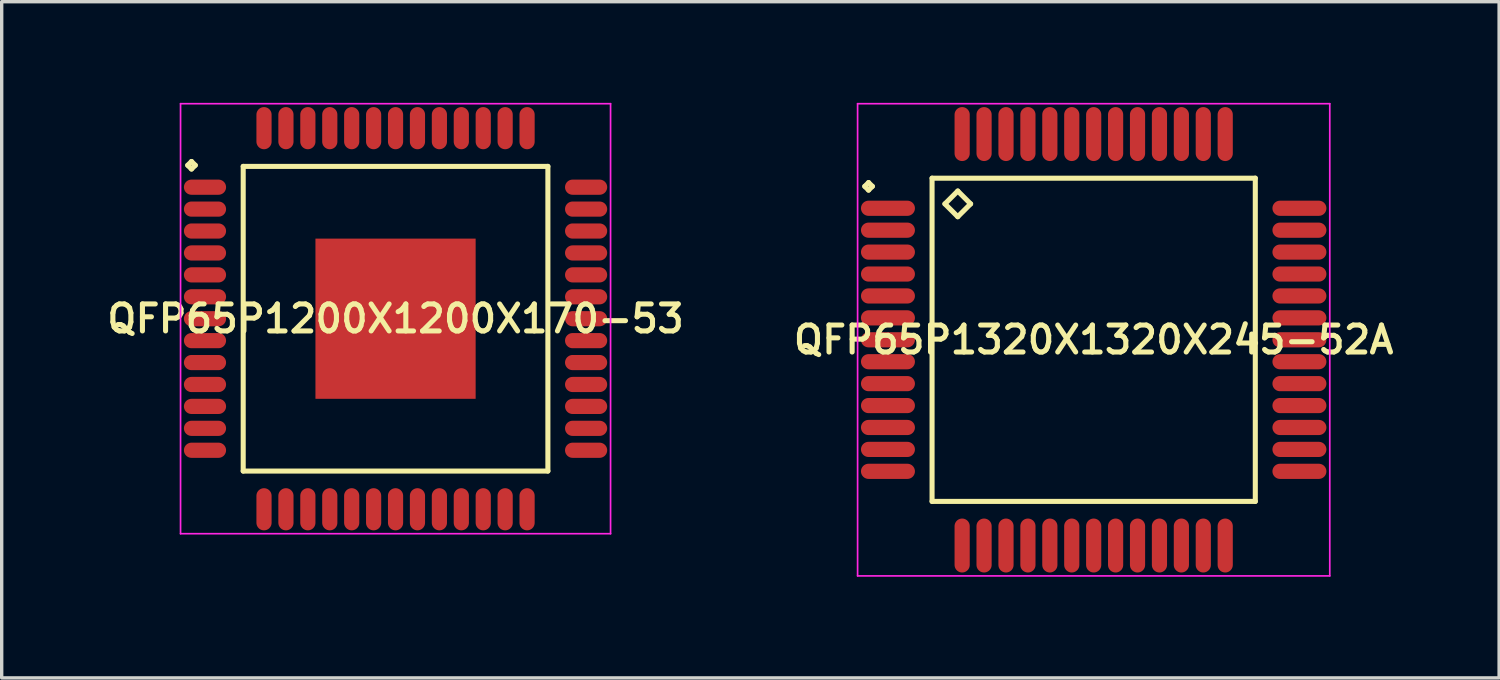
<source format=kicad_pcb>
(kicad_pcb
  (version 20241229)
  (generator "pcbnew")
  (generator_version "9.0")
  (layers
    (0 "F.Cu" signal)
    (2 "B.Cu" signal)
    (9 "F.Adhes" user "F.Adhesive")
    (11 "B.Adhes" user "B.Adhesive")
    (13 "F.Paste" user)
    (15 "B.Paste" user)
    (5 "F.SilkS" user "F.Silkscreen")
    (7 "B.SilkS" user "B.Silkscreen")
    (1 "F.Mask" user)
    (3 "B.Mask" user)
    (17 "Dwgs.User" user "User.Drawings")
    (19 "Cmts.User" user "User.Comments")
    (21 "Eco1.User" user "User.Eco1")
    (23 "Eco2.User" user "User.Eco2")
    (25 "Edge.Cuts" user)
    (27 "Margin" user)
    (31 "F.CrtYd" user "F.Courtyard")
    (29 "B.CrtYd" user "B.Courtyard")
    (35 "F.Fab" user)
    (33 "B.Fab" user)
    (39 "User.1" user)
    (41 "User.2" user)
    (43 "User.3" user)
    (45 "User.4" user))
  (footprint "QFP65P1320X1320X245-52A"
    (layer "F.Cu")
    (at 29.378 7.025)
    (property "Reference" "QFP65P1320X1320X245-52A" (at 0 0 0) (layer "F.SilkS") (effects (font (size 0.8 0.8) (thickness 0.15))))
    (attr smd)
    (fp_line (start -6.787 -4.55) (end -6.675 -4.662) (stroke (width 0.15) (type solid)) (layer "F.SilkS"))
    (fp_line (start -6.675 -4.662) (end -6.562 -4.55) (stroke (width 0.15) (type solid)) (layer "F.SilkS"))
    (fp_line (start -6.675 -4.438) (end -6.787 -4.55) (stroke (width 0.15) (type solid)) (layer "F.SilkS"))
    (fp_line (start -6.562 -4.55) (end -6.675 -4.438) (stroke (width 0.15) (type solid)) (layer "F.SilkS"))
    (fp_line (start -4.792 -4.792) (end -4.792 4.792) (stroke (width 0.15) (type solid)) (layer "F.SilkS"))
    (fp_line (start -4.792 4.792) (end 4.792 4.792) (stroke (width 0.15) (type solid)) (layer "F.SilkS"))
    (fp_line (start -4.411 -4.03) (end -4.03 -4.411) (stroke (width 0.15) (type solid)) (layer "F.SilkS"))
    (fp_line (start -4.03 -4.411) (end -3.649 -4.03) (stroke (width 0.15) (type solid)) (layer "F.SilkS"))
    (fp_line (start -4.03 -3.649) (end -4.411 -4.03) (stroke (width 0.15) (type solid)) (layer "F.SilkS"))
    (fp_line (start -3.649 -4.03) (end -4.03 -3.649) (stroke (width 0.15) (type solid)) (layer "F.SilkS"))
    (fp_line (start 4.792 -4.792) (end -4.792 -4.792) (stroke (width 0.15) (type solid)) (layer "F.SilkS"))
    (fp_line (start 4.792 4.792) (end 4.792 -4.792) (stroke (width 0.15) (type solid)) (layer "F.SilkS"))
    (fp_line (start -7 -7) (end 7 -7) (stroke (width 0.05) (type solid)) (layer "F.CrtYd"))
    (fp_line (start -7 7) (end -7 -7) (stroke (width 0.05) (type solid)) (layer "F.CrtYd"))
    (fp_line (start 7 -7) (end 7 7) (stroke (width 0.05) (type solid)) (layer "F.CrtYd"))
    (fp_line (start 7 7) (end -7 7) (stroke (width 0.05) (type solid)) (layer "F.CrtYd"))
    (pad "1" smd oval (at -6.1 -3.9) (size 1.6 0.45) (layers "F.Cu" "F.Mask" "F.Paste"))
    (pad "2" smd oval (at -6.1 -3.25) (size 1.6 0.45) (layers "F.Cu" "F.Mask" "F.Paste"))
    (pad "3" smd oval (at -6.1 -2.6) (size 1.6 0.45) (layers "F.Cu" "F.Mask" "F.Paste"))
    (pad "4" smd oval (at -6.1 -1.95) (size 1.6 0.45) (layers "F.Cu" "F.Mask" "F.Paste"))
    (pad "5" smd oval (at -6.1 -1.3) (size 1.6 0.45) (layers "F.Cu" "F.Mask" "F.Paste"))
    (pad "6" smd oval (at -6.1 -0.65) (size 1.6 0.45) (layers "F.Cu" "F.Mask" "F.Paste"))
    (pad "7" smd oval (at -6.1 0) (size 1.6 0.45) (layers "F.Cu" "F.Mask" "F.Paste"))
    (pad "8" smd oval (at -6.1 0.65) (size 1.6 0.45) (layers "F.Cu" "F.Mask" "F.Paste"))
    (pad "9" smd oval (at -6.1 1.3) (size 1.6 0.45) (layers "F.Cu" "F.Mask" "F.Paste"))
    (pad "10" smd oval (at -6.1 1.95) (size 1.6 0.45) (layers "F.Cu" "F.Mask" "F.Paste"))
    (pad "11" smd oval (at -6.1 2.6) (size 1.6 0.45) (layers "F.Cu" "F.Mask" "F.Paste"))
    (pad "12" smd oval (at -6.1 3.25) (size 1.6 0.45) (layers "F.Cu" "F.Mask" "F.Paste"))
    (pad "13" smd oval (at -6.1 3.9) (size 1.6 0.45) (layers "F.Cu" "F.Mask" "F.Paste"))
    (pad "14" smd oval (at -3.9 6.1) (size 0.45 1.6) (layers "F.Cu" "F.Mask" "F.Paste"))
    (pad "15" smd oval (at -3.25 6.1) (size 0.45 1.6) (layers "F.Cu" "F.Mask" "F.Paste"))
    (pad "16" smd oval (at -2.6 6.1) (size 0.45 1.6) (layers "F.Cu" "F.Mask" "F.Paste"))
    (pad "17" smd oval (at -1.95 6.1) (size 0.45 1.6) (layers "F.Cu" "F.Mask" "F.Paste"))
    (pad "18" smd oval (at -1.3 6.1) (size 0.45 1.6) (layers "F.Cu" "F.Mask" "F.Paste"))
    (pad "19" smd oval (at -0.65 6.1) (size 0.45 1.6) (layers "F.Cu" "F.Mask" "F.Paste"))
    (pad "20" smd oval (at 0 6.1) (size 0.45 1.6) (layers "F.Cu" "F.Mask" "F.Paste"))
    (pad "21" smd oval (at 0.65 6.1) (size 0.45 1.6) (layers "F.Cu" "F.Mask" "F.Paste"))
    (pad "22" smd oval (at 1.3 6.1) (size 0.45 1.6) (layers "F.Cu" "F.Mask" "F.Paste"))
    (pad "23" smd oval (at 1.95 6.1) (size 0.45 1.6) (layers "F.Cu" "F.Mask" "F.Paste"))
    (pad "24" smd oval (at 2.6 6.1) (size 0.45 1.6) (layers "F.Cu" "F.Mask" "F.Paste"))
    (pad "25" smd oval (at 3.25 6.1) (size 0.45 1.6) (layers "F.Cu" "F.Mask" "F.Paste"))
    (pad "26" smd oval (at 3.9 6.1) (size 0.45 1.6) (layers "F.Cu" "F.Mask" "F.Paste"))
    (pad "27" smd oval (at 6.1 3.9) (size 1.6 0.45) (layers "F.Cu" "F.Mask" "F.Paste"))
    (pad "28" smd oval (at 6.1 3.25) (size 1.6 0.45) (layers "F.Cu" "F.Mask" "F.Paste"))
    (pad "29" smd oval (at 6.1 2.6) (size 1.6 0.45) (layers "F.Cu" "F.Mask" "F.Paste"))
    (pad "30" smd oval (at 6.1 1.95) (size 1.6 0.45) (layers "F.Cu" "F.Mask" "F.Paste"))
    (pad "31" smd oval (at 6.1 1.3) (size 1.6 0.45) (layers "F.Cu" "F.Mask" "F.Paste"))
    (pad "32" smd oval (at 6.1 0.65) (size 1.6 0.45) (layers "F.Cu" "F.Mask" "F.Paste"))
    (pad "33" smd oval (at 6.1 0) (size 1.6 0.45) (layers "F.Cu" "F.Mask" "F.Paste"))
    (pad "34" smd oval (at 6.1 -0.65) (size 1.6 0.45) (layers "F.Cu" "F.Mask" "F.Paste"))
    (pad "35" smd oval (at 6.1 -1.3) (size 1.6 0.45) (layers "F.Cu" "F.Mask" "F.Paste"))
    (pad "36" smd oval (at 6.1 -1.95) (size 1.6 0.45) (layers "F.Cu" "F.Mask" "F.Paste"))
    (pad "37" smd oval (at 6.1 -2.6) (size 1.6 0.45) (layers "F.Cu" "F.Mask" "F.Paste"))
    (pad "38" smd oval (at 6.1 -3.25) (size 1.6 0.45) (layers "F.Cu" "F.Mask" "F.Paste"))
    (pad "39" smd oval (at 6.1 -3.9) (size 1.6 0.45) (layers "F.Cu" "F.Mask" "F.Paste"))
    (pad "40" smd oval (at 3.9 -6.1) (size 0.45 1.6) (layers "F.Cu" "F.Mask" "F.Paste"))
    (pad "41" smd oval (at 3.25 -6.1) (size 0.45 1.6) (layers "F.Cu" "F.Mask" "F.Paste"))
    (pad "42" smd oval (at 2.6 -6.1) (size 0.45 1.6) (layers "F.Cu" "F.Mask" "F.Paste"))
    (pad "43" smd oval (at 1.95 -6.1) (size 0.45 1.6) (layers "F.Cu" "F.Mask" "F.Paste"))
    (pad "44" smd oval (at 1.3 -6.1) (size 0.45 1.6) (layers "F.Cu" "F.Mask" "F.Paste"))
    (pad "45" smd oval (at 0.65 -6.1) (size 0.45 1.6) (layers "F.Cu" "F.Mask" "F.Paste"))
    (pad "46" smd oval (at 0 -6.1) (size 0.45 1.6) (layers "F.Cu" "F.Mask" "F.Paste"))
    (pad "47" smd oval (at -0.65 -6.1) (size 0.45 1.6) (layers "F.Cu" "F.Mask" "F.Paste"))
    (pad "48" smd oval (at -1.3 -6.1) (size 0.45 1.6) (layers "F.Cu" "F.Mask" "F.Paste"))
    (pad "49" smd oval (at -1.95 -6.1) (size 0.45 1.6) (layers "F.Cu" "F.Mask" "F.Paste"))
    (pad "50" smd oval (at -2.6 -6.1) (size 0.45 1.6) (layers "F.Cu" "F.Mask" "F.Paste"))
    (pad "51" smd oval (at -3.25 -6.1) (size 0.45 1.6) (layers "F.Cu" "F.Mask" "F.Paste"))
    (pad "52" smd oval (at -3.9 -6.1) (size 0.45 1.6) (layers "F.Cu" "F.Mask" "F.Paste")))
  (footprint "QFP65P1200X1200X170-53"
    (layer "F.Cu")
    (at 8.678 6.4)
    (property "Reference" "QFP65P1200X1200X170-53" (at 0 0 0) (layer "F.SilkS") (effects (font (size 0.8 0.8) (thickness 0.15))))
    (attr smd)
    (fp_line (start -6.162 -4.55) (end -6.05 -4.662) (stroke (width 0.15) (type solid)) (layer "F.SilkS"))
    (fp_line (start -6.05 -4.662) (end -5.938 -4.55) (stroke (width 0.15) (type solid)) (layer "F.SilkS"))
    (fp_line (start -6.05 -4.438) (end -6.162 -4.55) (stroke (width 0.15) (type solid)) (layer "F.SilkS"))
    (fp_line (start -5.938 -4.55) (end -6.05 -4.438) (stroke (width 0.15) (type solid)) (layer "F.SilkS"))
    (fp_line (start -4.517 -4.517) (end -4.517 4.517) (stroke (width 0.15) (type solid)) (layer "F.SilkS"))
    (fp_line (start -4.517 4.517) (end 4.517 4.517) (stroke (width 0.15) (type solid)) (layer "F.SilkS"))
    (fp_line (start 4.517 -4.517) (end -4.517 -4.517) (stroke (width 0.15) (type solid)) (layer "F.SilkS"))
    (fp_line (start 4.517 4.517) (end 4.517 -4.517) (stroke (width 0.15) (type solid)) (layer "F.SilkS"))
    (fp_line (start -6.375 -6.375) (end 6.375 -6.375) (stroke (width 0.05) (type solid)) (layer "F.CrtYd"))
    (fp_line (start -6.375 6.375) (end -6.375 -6.375) (stroke (width 0.05) (type solid)) (layer "F.CrtYd"))
    (fp_line (start 6.375 -6.375) (end 6.375 6.375) (stroke (width 0.05) (type solid)) (layer "F.CrtYd"))
    (fp_line (start 6.375 6.375) (end -6.375 6.375) (stroke (width 0.05) (type solid)) (layer "F.CrtYd"))
    (pad "1" smd oval (at -5.65 -3.9) (size 1.25 0.45) (layers "F.Cu" "F.Mask" "F.Paste"))
    (pad "2" smd oval (at -5.65 -3.25) (size 1.25 0.45) (layers "F.Cu" "F.Mask" "F.Paste"))
    (pad "3" smd oval (at -5.65 -2.6) (size 1.25 0.45) (layers "F.Cu" "F.Mask" "F.Paste"))
    (pad "4" smd oval (at -5.65 -1.95) (size 1.25 0.45) (layers "F.Cu" "F.Mask" "F.Paste"))
    (pad "5" smd oval (at -5.65 -1.3) (size 1.25 0.45) (layers "F.Cu" "F.Mask" "F.Paste"))
    (pad "6" smd oval (at -5.65 -0.65) (size 1.25 0.45) (layers "F.Cu" "F.Mask" "F.Paste"))
    (pad "7" smd oval (at -5.65 0) (size 1.25 0.45) (layers "F.Cu" "F.Mask" "F.Paste"))
    (pad "8" smd oval (at -5.65 0.65) (size 1.25 0.45) (layers "F.Cu" "F.Mask" "F.Paste"))
    (pad "9" smd oval (at -5.65 1.3) (size 1.25 0.45) (layers "F.Cu" "F.Mask" "F.Paste"))
    (pad "10" smd oval (at -5.65 1.95) (size 1.25 0.45) (layers "F.Cu" "F.Mask" "F.Paste"))
    (pad "11" smd oval (at -5.65 2.6) (size 1.25 0.45) (layers "F.Cu" "F.Mask" "F.Paste"))
    (pad "12" smd oval (at -5.65 3.25) (size 1.25 0.45) (layers "F.Cu" "F.Mask" "F.Paste"))
    (pad "13" smd oval (at -5.65 3.9) (size 1.25 0.45) (layers "F.Cu" "F.Mask" "F.Paste"))
    (pad "14" smd oval (at -3.9 5.65) (size 0.45 1.25) (layers "F.Cu" "F.Mask" "F.Paste"))
    (pad "15" smd oval (at -3.25 5.65) (size 0.45 1.25) (layers "F.Cu" "F.Mask" "F.Paste"))
    (pad "16" smd oval (at -2.6 5.65) (size 0.45 1.25) (layers "F.Cu" "F.Mask" "F.Paste"))
    (pad "17" smd oval (at -1.95 5.65) (size 0.45 1.25) (layers "F.Cu" "F.Mask" "F.Paste"))
    (pad "18" smd oval (at -1.3 5.65) (size 0.45 1.25) (layers "F.Cu" "F.Mask" "F.Paste"))
    (pad "19" smd oval (at -0.65 5.65) (size 0.45 1.25) (layers "F.Cu" "F.Mask" "F.Paste"))
    (pad "20" smd oval (at 0 5.65) (size 0.45 1.25) (layers "F.Cu" "F.Mask" "F.Paste"))
    (pad "21" smd oval (at 0.65 5.65) (size 0.45 1.25) (layers "F.Cu" "F.Mask" "F.Paste"))
    (pad "22" smd oval (at 1.3 5.65) (size 0.45 1.25) (layers "F.Cu" "F.Mask" "F.Paste"))
    (pad "23" smd oval (at 1.95 5.65) (size 0.45 1.25) (layers "F.Cu" "F.Mask" "F.Paste"))
    (pad "24" smd oval (at 2.6 5.65) (size 0.45 1.25) (layers "F.Cu" "F.Mask" "F.Paste"))
    (pad "25" smd oval (at 3.25 5.65) (size 0.45 1.25) (layers "F.Cu" "F.Mask" "F.Paste"))
    (pad "26" smd oval (at 3.9 5.65) (size 0.45 1.25) (layers "F.Cu" "F.Mask" "F.Paste"))
    (pad "27" smd oval (at 5.65 3.9) (size 1.25 0.45) (layers "F.Cu" "F.Mask" "F.Paste"))
    (pad "28" smd oval (at 5.65 3.25) (size 1.25 0.45) (layers "F.Cu" "F.Mask" "F.Paste"))
    (pad "29" smd oval (at 5.65 2.6) (size 1.25 0.45) (layers "F.Cu" "F.Mask" "F.Paste"))
    (pad "30" smd oval (at 5.65 1.95) (size 1.25 0.45) (layers "F.Cu" "F.Mask" "F.Paste"))
    (pad "31" smd oval (at 5.65 1.3) (size 1.25 0.45) (layers "F.Cu" "F.Mask" "F.Paste"))
    (pad "32" smd oval (at 5.65 0.65) (size 1.25 0.45) (layers "F.Cu" "F.Mask" "F.Paste"))
    (pad "33" smd oval (at 5.65 0) (size 1.25 0.45) (layers "F.Cu" "F.Mask" "F.Paste"))
    (pad "34" smd oval (at 5.65 -0.65) (size 1.25 0.45) (layers "F.Cu" "F.Mask" "F.Paste"))
    (pad "35" smd oval (at 5.65 -1.3) (size 1.25 0.45) (layers "F.Cu" "F.Mask" "F.Paste"))
    (pad "36" smd oval (at 5.65 -1.95) (size 1.25 0.45) (layers "F.Cu" "F.Mask" "F.Paste"))
    (pad "37" smd oval (at 5.65 -2.6) (size 1.25 0.45) (layers "F.Cu" "F.Mask" "F.Paste"))
    (pad "38" smd oval (at 5.65 -3.25) (size 1.25 0.45) (layers "F.Cu" "F.Mask" "F.Paste"))
    (pad "39" smd oval (at 5.65 -3.9) (size 1.25 0.45) (layers "F.Cu" "F.Mask" "F.Paste"))
    (pad "40" smd oval (at 3.9 -5.65) (size 0.45 1.25) (layers "F.Cu" "F.Mask" "F.Paste"))
    (pad "41" smd oval (at 3.25 -5.65) (size 0.45 1.25) (layers "F.Cu" "F.Mask" "F.Paste"))
    (pad "42" smd oval (at 2.6 -5.65) (size 0.45 1.25) (layers "F.Cu" "F.Mask" "F.Paste"))
    (pad "43" smd oval (at 1.95 -5.65) (size 0.45 1.25) (layers "F.Cu" "F.Mask" "F.Paste"))
    (pad "44" smd oval (at 1.3 -5.65) (size 0.45 1.25) (layers "F.Cu" "F.Mask" "F.Paste"))
    (pad "45" smd oval (at 0.65 -5.65) (size 0.45 1.25) (layers "F.Cu" "F.Mask" "F.Paste"))
    (pad "46" smd oval (at 0 -5.65) (size 0.45 1.25) (layers "F.Cu" "F.Mask" "F.Paste"))
    (pad "47" smd oval (at -0.65 -5.65) (size 0.45 1.25) (layers "F.Cu" "F.Mask" "F.Paste"))
    (pad "48" smd oval (at -1.3 -5.65) (size 0.45 1.25) (layers "F.Cu" "F.Mask" "F.Paste"))
    (pad "49" smd oval (at -1.95 -5.65) (size 0.45 1.25) (layers "F.Cu" "F.Mask" "F.Paste"))
    (pad "50" smd oval (at -2.6 -5.65) (size 0.45 1.25) (layers "F.Cu" "F.Mask" "F.Paste"))
    (pad "51" smd oval (at -3.25 -5.65) (size 0.45 1.25) (layers "F.Cu" "F.Mask" "F.Paste"))
    (pad "52" smd oval (at -3.9 -5.65) (size 0.45 1.25) (layers "F.Cu" "F.Mask" "F.Paste"))
    (pad "53" smd rect (at 0 0) (size 4.75 4.75) (layers "F.Cu" "F.Mask" "F.Paste")))
  (gr_rect
    (start -3 -3)
    (end 41.399 17.05)
    (stroke (width 0.1) (type default))
    (fill no)
    (layer "Edge.Cuts")))
</source>
